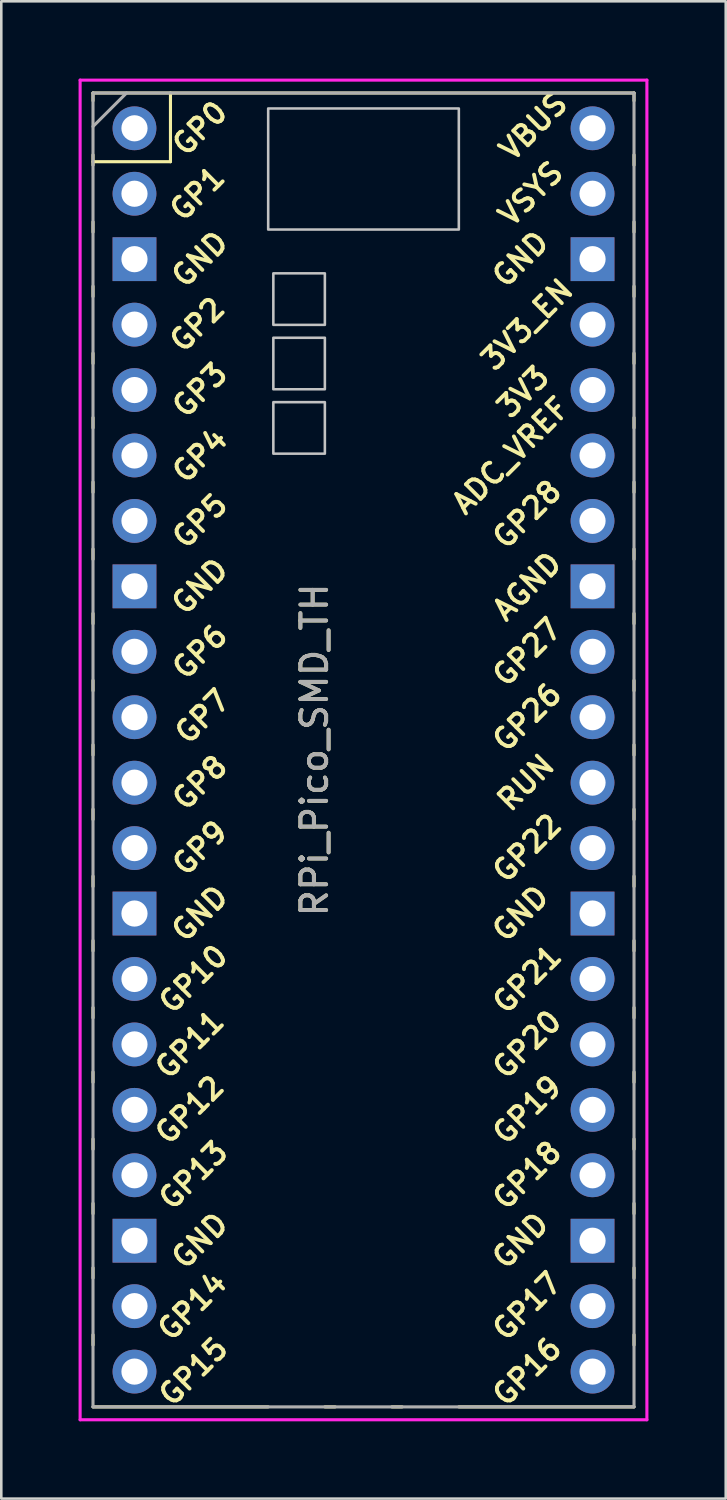
<source format=kicad_pcb>
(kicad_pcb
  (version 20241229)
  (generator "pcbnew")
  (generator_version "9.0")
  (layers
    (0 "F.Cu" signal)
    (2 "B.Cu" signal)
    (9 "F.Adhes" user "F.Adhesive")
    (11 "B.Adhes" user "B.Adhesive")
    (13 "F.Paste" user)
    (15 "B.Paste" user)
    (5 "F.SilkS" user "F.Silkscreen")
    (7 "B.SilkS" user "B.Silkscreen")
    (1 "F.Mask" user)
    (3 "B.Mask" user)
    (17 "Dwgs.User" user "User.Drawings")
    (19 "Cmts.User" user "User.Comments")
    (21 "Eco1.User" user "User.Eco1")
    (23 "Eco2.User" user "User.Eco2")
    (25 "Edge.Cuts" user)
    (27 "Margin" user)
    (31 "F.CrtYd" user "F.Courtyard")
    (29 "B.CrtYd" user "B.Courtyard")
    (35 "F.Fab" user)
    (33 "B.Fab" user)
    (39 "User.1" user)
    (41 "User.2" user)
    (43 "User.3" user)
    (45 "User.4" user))
  (footprint "RPi_Pico_SMD_TH"
    (layer "F.Cu")
    (at 11.06 26.06)
    (property "Reference" "RPi_Pico_SMD_TH" (at -1.905 0 90) (layer "F.SilkS") (effects (font (size 1 1) (thickness 0.15))))
    (attr through_hole)
    (fp_line (start -10.5 -25.5) (end -10.5 -25.2) (stroke (width 0.12) (type solid)) (layer "F.SilkS"))
    (fp_line (start -10.5 -25.5) (end 10.5 -25.5) (stroke (width 0.12) (type solid)) (layer "F.SilkS"))
    (fp_line (start -10.5 -23.1) (end -10.5 -22.7) (stroke (width 0.12) (type solid)) (layer "F.SilkS"))
    (fp_line (start -10.5 -22.833) (end -7.493 -22.833) (stroke (width 0.12) (type solid)) (layer "F.SilkS"))
    (fp_line (start -10.5 -20.5) (end -10.5 -20.1) (stroke (width 0.12) (type solid)) (layer "F.SilkS"))
    (fp_line (start -10.5 -18) (end -10.5 -17.6) (stroke (width 0.12) (type solid)) (layer "F.SilkS"))
    (fp_line (start -10.5 -15.4) (end -10.5 -15) (stroke (width 0.12) (type solid)) (layer "F.SilkS"))
    (fp_line (start -10.5 -12.9) (end -10.5 -12.5) (stroke (width 0.12) (type solid)) (layer "F.SilkS"))
    (fp_line (start -10.5 -10.4) (end -10.5 -10) (stroke (width 0.12) (type solid)) (layer "F.SilkS"))
    (fp_line (start -10.5 -7.8) (end -10.5 -7.4) (stroke (width 0.12) (type solid)) (layer "F.SilkS"))
    (fp_line (start -10.5 -5.3) (end -10.5 -4.9) (stroke (width 0.12) (type solid)) (layer "F.SilkS"))
    (fp_line (start -10.5 -2.7) (end -10.5 -2.3) (stroke (width 0.12) (type solid)) (layer "F.SilkS"))
    (fp_line (start -10.5 -0.2) (end -10.5 0.2) (stroke (width 0.12) (type solid)) (layer "F.SilkS"))
    (fp_line (start -10.5 2.3) (end -10.5 2.7) (stroke (width 0.12) (type solid)) (layer "F.SilkS"))
    (fp_line (start -10.5 4.9) (end -10.5 5.3) (stroke (width 0.12) (type solid)) (layer "F.SilkS"))
    (fp_line (start -10.5 7.4) (end -10.5 7.8) (stroke (width 0.12) (type solid)) (layer "F.SilkS"))
    (fp_line (start -10.5 10) (end -10.5 10.4) (stroke (width 0.12) (type solid)) (layer "F.SilkS"))
    (fp_line (start -10.5 12.5) (end -10.5 12.9) (stroke (width 0.12) (type solid)) (layer "F.SilkS"))
    (fp_line (start -10.5 15.1) (end -10.5 15.5) (stroke (width 0.12) (type solid)) (layer "F.SilkS"))
    (fp_line (start -10.5 17.6) (end -10.5 18) (stroke (width 0.12) (type solid)) (layer "F.SilkS"))
    (fp_line (start -10.5 20.1) (end -10.5 20.5) (stroke (width 0.12) (type solid)) (layer "F.SilkS"))
    (fp_line (start -10.5 22.7) (end -10.5 23.1) (stroke (width 0.12) (type solid)) (layer "F.SilkS"))
    (fp_line (start -7.493 -22.833) (end -7.493 -25.5) (stroke (width 0.12) (type solid)) (layer "F.SilkS"))
    (fp_line (start -3.7 25.5) (end -10.5 25.5) (stroke (width 0.12) (type solid)) (layer "F.SilkS"))
    (fp_line (start -1.5 25.5) (end -1.1 25.5) (stroke (width 0.12) (type solid)) (layer "F.SilkS"))
    (fp_line (start 1.1 25.5) (end 1.5 25.5) (stroke (width 0.12) (type solid)) (layer "F.SilkS"))
    (fp_line (start 10.5 -25.5) (end 10.5 -25.2) (stroke (width 0.12) (type solid)) (layer "F.SilkS"))
    (fp_line (start 10.5 -23.1) (end 10.5 -22.7) (stroke (width 0.12) (type solid)) (layer "F.SilkS"))
    (fp_line (start 10.5 -20.5) (end 10.5 -20.1) (stroke (width 0.12) (type solid)) (layer "F.SilkS"))
    (fp_line (start 10.5 -18) (end 10.5 -17.6) (stroke (width 0.12) (type solid)) (layer "F.SilkS"))
    (fp_line (start 10.5 -15.4) (end 10.5 -15) (stroke (width 0.12) (type solid)) (layer "F.SilkS"))
    (fp_line (start 10.5 -12.9) (end 10.5 -12.5) (stroke (width 0.12) (type solid)) (layer "F.SilkS"))
    (fp_line (start 10.5 -10.4) (end 10.5 -10) (stroke (width 0.12) (type solid)) (layer "F.SilkS"))
    (fp_line (start 10.5 -7.8) (end 10.5 -7.4) (stroke (width 0.12) (type solid)) (layer "F.SilkS"))
    (fp_line (start 10.5 -5.3) (end 10.5 -4.9) (stroke (width 0.12) (type solid)) (layer "F.SilkS"))
    (fp_line (start 10.5 -2.7) (end 10.5 -2.3) (stroke (width 0.12) (type solid)) (layer "F.SilkS"))
    (fp_line (start 10.5 -0.2) (end 10.5 0.2) (stroke (width 0.12) (type solid)) (layer "F.SilkS"))
    (fp_line (start 10.5 2.3) (end 10.5 2.7) (stroke (width 0.12) (type solid)) (layer "F.SilkS"))
    (fp_line (start 10.5 4.9) (end 10.5 5.3) (stroke (width 0.12) (type solid)) (layer "F.SilkS"))
    (fp_line (start 10.5 7.4) (end 10.5 7.8) (stroke (width 0.12) (type solid)) (layer "F.SilkS"))
    (fp_line (start 10.5 10) (end 10.5 10.4) (stroke (width 0.12) (type solid)) (layer "F.SilkS"))
    (fp_line (start 10.5 12.5) (end 10.5 12.9) (stroke (width 0.12) (type solid)) (layer "F.SilkS"))
    (fp_line (start 10.5 15.1) (end 10.5 15.5) (stroke (width 0.12) (type solid)) (layer "F.SilkS"))
    (fp_line (start 10.5 17.6) (end 10.5 18) (stroke (width 0.12) (type solid)) (layer "F.SilkS"))
    (fp_line (start 10.5 20.1) (end 10.5 20.5) (stroke (width 0.12) (type solid)) (layer "F.SilkS"))
    (fp_line (start 10.5 22.7) (end 10.5 23.1) (stroke (width 0.12) (type solid)) (layer "F.SilkS"))
    (fp_line (start 10.5 25.5) (end 3.7 25.5) (stroke (width 0.12) (type solid)) (layer "F.SilkS"))
    (fp_poly (pts (xy -1.5 -16.5) (xy -3.5 -16.5) (xy -3.5 -18.5) (xy -1.5 -18.5)) (stroke (width 0.1) (type solid)) (fill no) (layer "Dwgs.User"))
    (fp_poly (pts (xy -1.5 -14) (xy -3.5 -14) (xy -3.5 -16) (xy -1.5 -16)) (stroke (width 0.1) (type solid)) (fill no) (layer "Dwgs.User"))
    (fp_poly (pts (xy -1.5 -11.5) (xy -3.5 -11.5) (xy -3.5 -13.5) (xy -1.5 -13.5)) (stroke (width 0.1) (type solid)) (fill no) (layer "Dwgs.User"))
    (fp_poly (pts (xy 3.7 -20.2) (xy -3.7 -20.2) (xy -3.7 -24.9) (xy 3.7 -24.9)) (stroke (width 0.1) (type solid)) (fill no) (layer "Dwgs.User"))
    (fp_line (start -11 -26) (end 11 -26) (stroke (width 0.12) (type solid)) (layer "F.CrtYd"))
    (fp_line (start -11 26) (end -11 -26) (stroke (width 0.12) (type solid)) (layer "F.CrtYd"))
    (fp_line (start 11 -26) (end 11 26) (stroke (width 0.12) (type solid)) (layer "F.CrtYd"))
    (fp_line (start 11 26) (end -11 26) (stroke (width 0.12) (type solid)) (layer "F.CrtYd"))
    (fp_line (start -10.5 -25.5) (end 10.5 -25.5) (stroke (width 0.12) (type solid)) (layer "F.Fab"))
    (fp_line (start -10.5 -24.2) (end -9.2 -25.5) (stroke (width 0.12) (type solid)) (layer "F.Fab"))
    (fp_line (start -10.5 25.5) (end -10.5 -25.5) (stroke (width 0.12) (type solid)) (layer "F.Fab"))
    (fp_line (start 10.5 -25.5) (end 10.5 25.5) (stroke (width 0.12) (type solid)) (layer "F.Fab"))
    (fp_line (start 10.5 25.5) (end -10.5 25.5) (stroke (width 0.12) (type solid)) (layer "F.Fab"))
    (fp_text user "RUN" (at 6.296 1.27 45) (layer "F.SilkS") (effects (font (size 0.8 0.8) (thickness 0.15))))
    (fp_text user "GP4" (at -6.35 -11.43 45) (layer "F.SilkS") (effects (font (size 0.8 0.8) (thickness 0.15))))
    (fp_text user "GND" (at -6.35 -19.05 45) (layer "F.SilkS") (effects (font (size 0.8 0.8) (thickness 0.15))))
    (fp_text user "GP26" (at 6.35 -1.27 45) (layer "F.SilkS") (effects (font (size 0.8 0.8) (thickness 0.15))))
    (fp_text user "AGND" (at 6.35 -6.35 45) (layer "F.SilkS") (effects (font (size 0.8 0.8) (thickness 0.15))))
    (fp_text user "GP20" (at 6.35 11.43 45) (layer "F.SilkS") (effects (font (size 0.8 0.8) (thickness 0.15))))
    (fp_text user "GP3" (at -6.35 -13.97 45) (layer "F.SilkS") (effects (font (size 0.8 0.8) (thickness 0.15))))
    (fp_text user "GND" (at -6.35 19.05 45) (layer "F.SilkS") (effects (font (size 0.8 0.8) (thickness 0.15))))
    (fp_text user "GND" (at 6.096 19.05 45) (layer "F.SilkS") (effects (font (size 0.8 0.8) (thickness 0.15))))
    (fp_text user "GP13" (at -6.604 16.51 45) (layer "F.SilkS") (effects (font (size 0.8 0.8) (thickness 0.15))))
    (fp_text user "GP0" (at -6.35 -24.13 45) (layer "F.SilkS") (effects (font (size 0.8 0.8) (thickness 0.15))))
    (fp_text user "GND" (at -6.35 -6.35 45) (layer "F.SilkS") (effects (font (size 0.8 0.8) (thickness 0.15))))
    (fp_text user "GP18" (at 6.35 16.51 45) (layer "F.SilkS") (effects (font (size 0.8 0.8) (thickness 0.15))))
    (fp_text user "GP2" (at -6.45 -16.51 45) (layer "F.SilkS") (effects (font (size 0.8 0.8) (thickness 0.15))))
    (fp_text user "VSYS" (at 6.496 -21.59 45) (layer "F.SilkS") (effects (font (size 0.8 0.8) (thickness 0.15))))
    (fp_text user "GP9" (at -6.35 3.81 45) (layer "F.SilkS") (effects (font (size 0.8 0.8) (thickness 0.15))))
    (fp_text user "GP14" (at -6.65 21.59 45) (layer "F.SilkS") (effects (font (size 0.8 0.8) (thickness 0.15))))
    (fp_text user "ADC_VREF" (at 5.715 -11.43 45) (layer "F.SilkS") (effects (font (size 0.8 0.8) (thickness 0.15))))
    (fp_text user "GND" (at 6.096 6.35 45) (layer "F.SilkS") (effects (font (size 0.8 0.8) (thickness 0.15))))
    (fp_text user "GP8" (at -6.35 1.27 45) (layer "F.SilkS") (effects (font (size 0.8 0.8) (thickness 0.15))))
    (fp_text user "GP16" (at 6.35 24.13 45) (layer "F.SilkS") (effects (font (size 0.8 0.8) (thickness 0.15))))
    (fp_text user "GP17" (at 6.35 21.59 45) (layer "F.SilkS") (effects (font (size 0.8 0.8) (thickness 0.15))))
    (fp_text user "GP15" (at -6.604 24.13 45) (layer "F.SilkS") (effects (font (size 0.8 0.8) (thickness 0.15))))
    (fp_text user "GP12" (at -6.75 13.97 45) (layer "F.SilkS") (effects (font (size 0.8 0.8) (thickness 0.15))))
    (fp_text user "GP6" (at -6.35 -3.81 45) (layer "F.SilkS") (effects (font (size 0.8 0.8) (thickness 0.15))))
    (fp_text user "GP27" (at 6.35 -3.8 45) (layer "F.SilkS") (effects (font (size 0.8 0.8) (thickness 0.15))))
    (fp_text user "VBUS" (at 6.596 -24.2 45) (layer "F.SilkS") (effects (font (size 0.8 0.8) (thickness 0.15))))
    (fp_text user "GP19" (at 6.35 13.97 45) (layer "F.SilkS") (effects (font (size 0.8 0.8) (thickness 0.15))))
    (fp_text user "3V3" (at 6.196 -13.9 45) (layer "F.SilkS") (effects (font (size 0.8 0.8) (thickness 0.15))))
    (fp_text user "3V3_EN" (at 6.35 -16.51 45) (layer "F.SilkS") (effects (font (size 0.8 0.8) (thickness 0.15))))
    (fp_text user "GND" (at -6.35 6.35 45) (layer "F.SilkS") (effects (font (size 0.8 0.8) (thickness 0.15))))
    (fp_text user "GP28" (at 6.35 -9.144 45) (layer "F.SilkS") (effects (font (size 0.8 0.8) (thickness 0.15))))
    (fp_text user "GP5" (at -6.35 -8.89 45) (layer "F.SilkS") (effects (font (size 0.8 0.8) (thickness 0.15))))
    (fp_text user "GP1" (at -6.45 -21.6 45) (layer "F.SilkS") (effects (font (size 0.8 0.8) (thickness 0.15))))
    (fp_text user "GP10" (at -6.604 8.89 45) (layer "F.SilkS") (effects (font (size 0.8 0.8) (thickness 0.15))))
    (fp_text user "GP22" (at 6.35 3.81 45) (layer "F.SilkS") (effects (font (size 0.8 0.8) (thickness 0.15))))
    (fp_text user "GP11" (at -6.75 11.43 45) (layer "F.SilkS") (effects (font (size 0.8 0.8) (thickness 0.15))))
    (fp_text user "GP21" (at 6.35 8.9 45) (layer "F.SilkS") (effects (font (size 0.8 0.8) (thickness 0.15))))
    (fp_text user "GND" (at 6.096 -19.05 45) (layer "F.SilkS") (effects (font (size 0.8 0.8) (thickness 0.15))))
    (fp_text user "GP7" (at -6.25 -1.3 45) (layer "F.SilkS") (effects (font (size 0.8 0.8) (thickness 0.15))))
    (fp_text user "${REFERENCE}" (at -1.905 0 270) (layer "F.Fab") (effects (font (size 1 1) (thickness 0.15))))
    (pad "1" thru_hole oval (at -8.89 -24.13) (size 1.7 1.7) (drill 1.016) (layers "*.Cu" "*.Mask"))
    (pad "2" thru_hole oval (at -8.89 -21.59) (size 1.7 1.7) (drill 1.016) (layers "*.Cu" "*.Mask"))
    (pad "3" thru_hole rect (at -8.89 -19.05) (size 1.7 1.7) (drill 1.016) (layers "*.Cu" "*.Mask"))
    (pad "4" thru_hole oval (at -8.89 -16.51) (size 1.7 1.7) (drill 1.016) (layers "*.Cu" "*.Mask"))
    (pad "5" thru_hole oval (at -8.89 -13.97) (size 1.7 1.7) (drill 1.016) (layers "*.Cu" "*.Mask"))
    (pad "6" thru_hole oval (at -8.89 -11.43) (size 1.7 1.7) (drill 1.016) (layers "*.Cu" "*.Mask"))
    (pad "7" thru_hole oval (at -8.89 -8.89) (size 1.7 1.7) (drill 1.016) (layers "*.Cu" "*.Mask"))
    (pad "8" thru_hole rect (at -8.89 -6.35) (size 1.7 1.7) (drill 1.016) (layers "*.Cu" "*.Mask"))
    (pad "9" thru_hole oval (at -8.89 -3.81) (size 1.7 1.7) (drill 1.016) (layers "*.Cu" "*.Mask"))
    (pad "10" thru_hole oval (at -8.89 -1.27) (size 1.7 1.7) (drill 1.016) (layers "*.Cu" "*.Mask"))
    (pad "11" thru_hole oval (at -8.89 1.27) (size 1.7 1.7) (drill 1.016) (layers "*.Cu" "*.Mask"))
    (pad "12" thru_hole oval (at -8.89 3.81) (size 1.7 1.7) (drill 1.016) (layers "*.Cu" "*.Mask"))
    (pad "13" thru_hole rect (at -8.89 6.35) (size 1.7 1.7) (drill 1.016) (layers "*.Cu" "*.Mask"))
    (pad "14" thru_hole oval (at -8.89 8.89) (size 1.7 1.7) (drill 1.016) (layers "*.Cu" "*.Mask"))
    (pad "15" thru_hole oval (at -8.89 11.43) (size 1.7 1.7) (drill 1.016) (layers "*.Cu" "*.Mask"))
    (pad "16" thru_hole oval (at -8.89 13.97) (size 1.7 1.7) (drill 1.016) (layers "*.Cu" "*.Mask"))
    (pad "17" thru_hole oval (at -8.89 16.51) (size 1.7 1.7) (drill 1.016) (layers "*.Cu" "*.Mask"))
    (pad "18" thru_hole rect (at -8.89 19.05) (size 1.7 1.7) (drill 1.016) (layers "*.Cu" "*.Mask"))
    (pad "19" thru_hole oval (at -8.89 21.59) (size 1.7 1.7) (drill 1.016) (layers "*.Cu" "*.Mask"))
    (pad "20" thru_hole oval (at -8.89 24.13) (size 1.7 1.7) (drill 1.016) (layers "*.Cu" "*.Mask"))
    (pad "21" thru_hole oval (at 8.89 24.13) (size 1.7 1.7) (drill 1.016) (layers "*.Cu" "*.Mask"))
    (pad "22" thru_hole oval (at 8.89 21.59) (size 1.7 1.7) (drill 1.016) (layers "*.Cu" "*.Mask"))
    (pad "23" thru_hole rect (at 8.89 19.05) (size 1.7 1.7) (drill 1.016) (layers "*.Cu" "*.Mask"))
    (pad "24" thru_hole oval (at 8.89 16.51) (size 1.7 1.7) (drill 1.016) (layers "*.Cu" "*.Mask"))
    (pad "25" thru_hole oval (at 8.89 13.97) (size 1.7 1.7) (drill 1.016) (layers "*.Cu" "*.Mask"))
    (pad "26" thru_hole oval (at 8.89 11.43) (size 1.7 1.7) (drill 1.016) (layers "*.Cu" "*.Mask"))
    (pad "27" thru_hole oval (at 8.89 8.89) (size 1.7 1.7) (drill 1.016) (layers "*.Cu" "*.Mask"))
    (pad "28" thru_hole rect (at 8.89 6.35) (size 1.7 1.7) (drill 1.016) (layers "*.Cu" "*.Mask"))
    (pad "29" thru_hole oval (at 8.89 3.81) (size 1.7 1.7) (drill 1.016) (layers "*.Cu" "*.Mask"))
    (pad "30" thru_hole oval (at 8.89 1.27) (size 1.7 1.7) (drill 1.016) (layers "*.Cu" "*.Mask"))
    (pad "31" thru_hole oval (at 8.89 -1.27) (size 1.7 1.7) (drill 1.016) (layers "*.Cu" "*.Mask"))
    (pad "32" thru_hole oval (at 8.89 -3.81) (size 1.7 1.7) (drill 1.016) (layers "*.Cu" "*.Mask"))
    (pad "33" thru_hole rect (at 8.89 -6.35) (size 1.7 1.7) (drill 1.016) (layers "*.Cu" "*.Mask"))
    (pad "34" thru_hole oval (at 8.89 -8.89) (size 1.7 1.7) (drill 1.016) (layers "*.Cu" "*.Mask"))
    (pad "35" thru_hole oval (at 8.89 -11.43) (size 1.7 1.7) (drill 1.016) (layers "*.Cu" "*.Mask"))
    (pad "36" thru_hole oval (at 8.89 -13.97) (size 1.7 1.7) (drill 1.016) (layers "*.Cu" "*.Mask"))
    (pad "37" thru_hole oval (at 8.89 -16.51) (size 1.7 1.7) (drill 1.016) (layers "*.Cu" "*.Mask"))
    (pad "38" thru_hole rect (at 8.89 -19.05) (size 1.7 1.7) (drill 1.016) (layers "*.Cu" "*.Mask"))
    (pad "39" thru_hole oval (at 8.89 -21.59) (size 1.7 1.7) (drill 1.016) (layers "*.Cu" "*.Mask"))
    (pad "40" thru_hole oval (at 8.89 -24.13) (size 1.7 1.7) (drill 1.016) (layers "*.Cu" "*.Mask")))
  (gr_rect
    (start -3 -3)
    (end 25.12 55.12)
    (stroke (width 0.1) (type default))
    (fill no)
    (layer "Edge.Cuts")))
</source>
